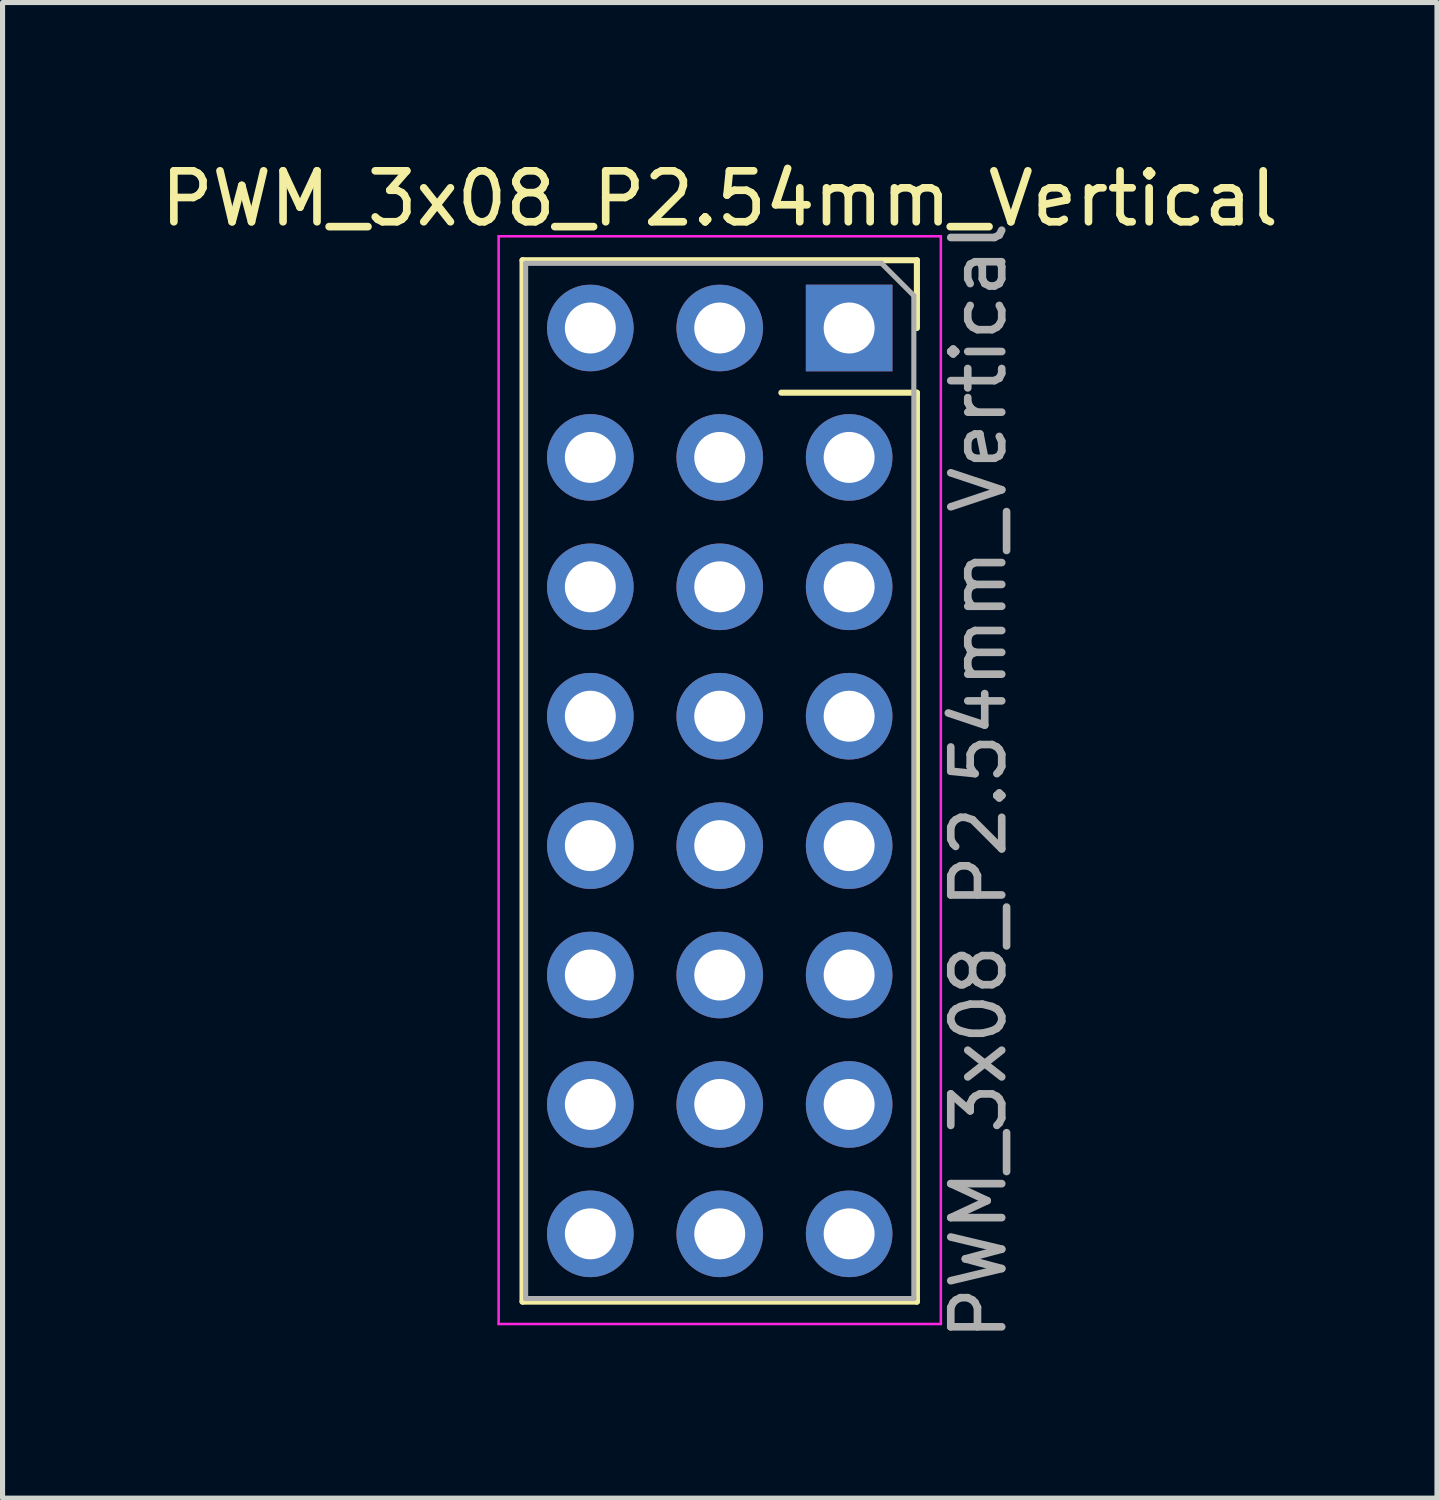
<source format=kicad_pcb>
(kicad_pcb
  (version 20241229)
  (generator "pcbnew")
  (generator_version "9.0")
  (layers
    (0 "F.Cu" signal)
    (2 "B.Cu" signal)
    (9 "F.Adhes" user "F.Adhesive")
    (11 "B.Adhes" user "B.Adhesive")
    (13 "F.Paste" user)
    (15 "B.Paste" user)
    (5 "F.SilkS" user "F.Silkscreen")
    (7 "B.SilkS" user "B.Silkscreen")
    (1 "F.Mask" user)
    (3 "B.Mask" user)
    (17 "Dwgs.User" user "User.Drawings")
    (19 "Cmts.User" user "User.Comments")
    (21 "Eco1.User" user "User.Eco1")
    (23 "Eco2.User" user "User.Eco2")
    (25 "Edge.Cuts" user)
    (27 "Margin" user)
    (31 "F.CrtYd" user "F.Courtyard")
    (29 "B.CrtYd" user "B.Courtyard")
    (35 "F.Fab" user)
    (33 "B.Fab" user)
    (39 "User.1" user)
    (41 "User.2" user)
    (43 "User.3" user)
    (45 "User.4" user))
  (footprint "PWM_3x08_P2.54mm_Vertical"
    (layer "F.Cu")
    (at 11.077 12.278)
    (property "Reference" "PWM_3x08_P2.54mm_Vertical" (at 0 -11.43 0) (layer "F.SilkS") (effects (font (size 1 1) (thickness 0.15))))
    (attr through_hole)
    (fp_line (start -3.87 -10.22) (end -3.87 10.22) (stroke (width 0.12) (type solid)) (layer "F.SilkS"))
    (fp_line (start 3.87 -10.22) (end -3.87 -10.22) (stroke (width 0.12) (type solid)) (layer "F.SilkS"))
    (fp_line (start 3.87 -8.89) (end 3.87 -10.22) (stroke (width 0.12) (type solid)) (layer "F.SilkS"))
    (fp_line (start 3.87 -7.62) (end 1.21 -7.62) (stroke (width 0.12) (type solid)) (layer "F.SilkS"))
    (fp_line (start 3.87 -7.62) (end 3.87 10.22) (stroke (width 0.12) (type solid)) (layer "F.SilkS"))
    (fp_line (start 3.87 10.22) (end -3.87 10.22) (stroke (width 0.12) (type solid)) (layer "F.SilkS"))
    (fp_line (start -4.34 -10.69) (end 4.34 -10.69) (stroke (width 0.05) (type solid)) (layer "F.CrtYd"))
    (fp_line (start -4.34 10.66) (end -4.34 -10.69) (stroke (width 0.05) (type solid)) (layer "F.CrtYd"))
    (fp_line (start 4.34 -10.69) (end 4.34 10.66) (stroke (width 0.05) (type solid)) (layer "F.CrtYd"))
    (fp_line (start 4.34 10.66) (end -4.34 10.66) (stroke (width 0.05) (type solid)) (layer "F.CrtYd"))
    (fp_line (start -3.81 -10.16) (end -3.81 10.16) (stroke (width 0.1) (type solid)) (layer "F.Fab"))
    (fp_line (start -3.81 10.16) (end 3.81 10.16) (stroke (width 0.1) (type solid)) (layer "F.Fab"))
    (fp_line (start 3.175 -10.16) (end -3.81 -10.16) (stroke (width 0.1) (type solid)) (layer "F.Fab"))
    (fp_line (start 3.81 -9.525) (end 3.175 -10.16) (stroke (width 0.1) (type solid)) (layer "F.Fab"))
    (fp_line (start 3.81 10.16) (end 3.81 -9.525) (stroke (width 0.1) (type solid)) (layer "F.Fab"))
    (fp_text user "${REFERENCE}" (at 5.08 0 90) (layer "F.Fab") (effects (font (size 1 1) (thickness 0.15))))
    (pad "1" thru_hole rect (at 2.54 -8.89) (size 1.7 1.7) (drill 1) (layers "*.Cu" "*.Mask"))
    (pad "2" thru_hole oval (at 2.54 -6.35) (size 1.7 1.7) (drill 1) (layers "*.Cu" "*.Mask"))
    (pad "3" thru_hole oval (at 2.54 -3.81) (size 1.7 1.7) (drill 1) (layers "*.Cu" "*.Mask"))
    (pad "4" thru_hole oval (at 2.54 -1.27) (size 1.7 1.7) (drill 1) (layers "*.Cu" "*.Mask"))
    (pad "5" thru_hole oval (at 2.54 1.27) (size 1.7 1.7) (drill 1) (layers "*.Cu" "*.Mask"))
    (pad "6" thru_hole oval (at 2.54 3.81) (size 1.7 1.7) (drill 1) (layers "*.Cu" "*.Mask"))
    (pad "7" thru_hole oval (at 2.54 6.35) (size 1.7 1.7) (drill 1) (layers "*.Cu" "*.Mask"))
    (pad "8" thru_hole oval (at 2.54 8.89) (size 1.7 1.7) (drill 1) (layers "*.Cu" "*.Mask"))
    (pad "9" thru_hole oval (at 0 -8.89) (size 1.7 1.7) (drill 1) (layers "*.Cu" "*.Mask"))
    (pad "9" thru_hole oval (at 0 -6.35) (size 1.7 1.7) (drill 1) (layers "*.Cu" "*.Mask"))
    (pad "9" thru_hole oval (at 0 -3.81) (size 1.7 1.7) (drill 1) (layers "*.Cu" "*.Mask"))
    (pad "9" thru_hole oval (at 0 -1.27) (size 1.7 1.7) (drill 1) (layers "*.Cu" "*.Mask"))
    (pad "9" thru_hole oval (at 0 1.27) (size 1.7 1.7) (drill 1) (layers "*.Cu" "*.Mask"))
    (pad "9" thru_hole oval (at 0 3.81) (size 1.7 1.7) (drill 1) (layers "*.Cu" "*.Mask"))
    (pad "9" thru_hole oval (at 0 6.35) (size 1.7 1.7) (drill 1) (layers "*.Cu" "*.Mask"))
    (pad "9" thru_hole oval (at 0 8.89) (size 1.7 1.7) (drill 1) (layers "*.Cu" "*.Mask"))
    (pad "10" thru_hole oval (at -2.54 -8.89) (size 1.7 1.7) (drill 1) (layers "*.Cu" "*.Mask"))
    (pad "10" thru_hole oval (at -2.54 -6.35) (size 1.7 1.7) (drill 1) (layers "*.Cu" "*.Mask"))
    (pad "10" thru_hole oval (at -2.54 -3.81) (size 1.7 1.7) (drill 1) (layers "*.Cu" "*.Mask"))
    (pad "10" thru_hole oval (at -2.54 -1.27) (size 1.7 1.7) (drill 1) (layers "*.Cu" "*.Mask"))
    (pad "10" thru_hole oval (at -2.54 1.27) (size 1.7 1.7) (drill 1) (layers "*.Cu" "*.Mask"))
    (pad "10" thru_hole oval (at -2.54 3.81) (size 1.7 1.7) (drill 1) (layers "*.Cu" "*.Mask"))
    (pad "10" thru_hole oval (at -2.54 6.35) (size 1.7 1.7) (drill 1) (layers "*.Cu" "*.Mask"))
    (pad "10" thru_hole oval (at -2.54 8.89) (size 1.7 1.7) (drill 1) (layers "*.Cu" "*.Mask")))
  (gr_rect
    (start -3 -3)
    (end 25.155 26.356)
    (stroke (width 0.1) (type default))
    (fill no)
    (layer "Edge.Cuts")))
</source>
